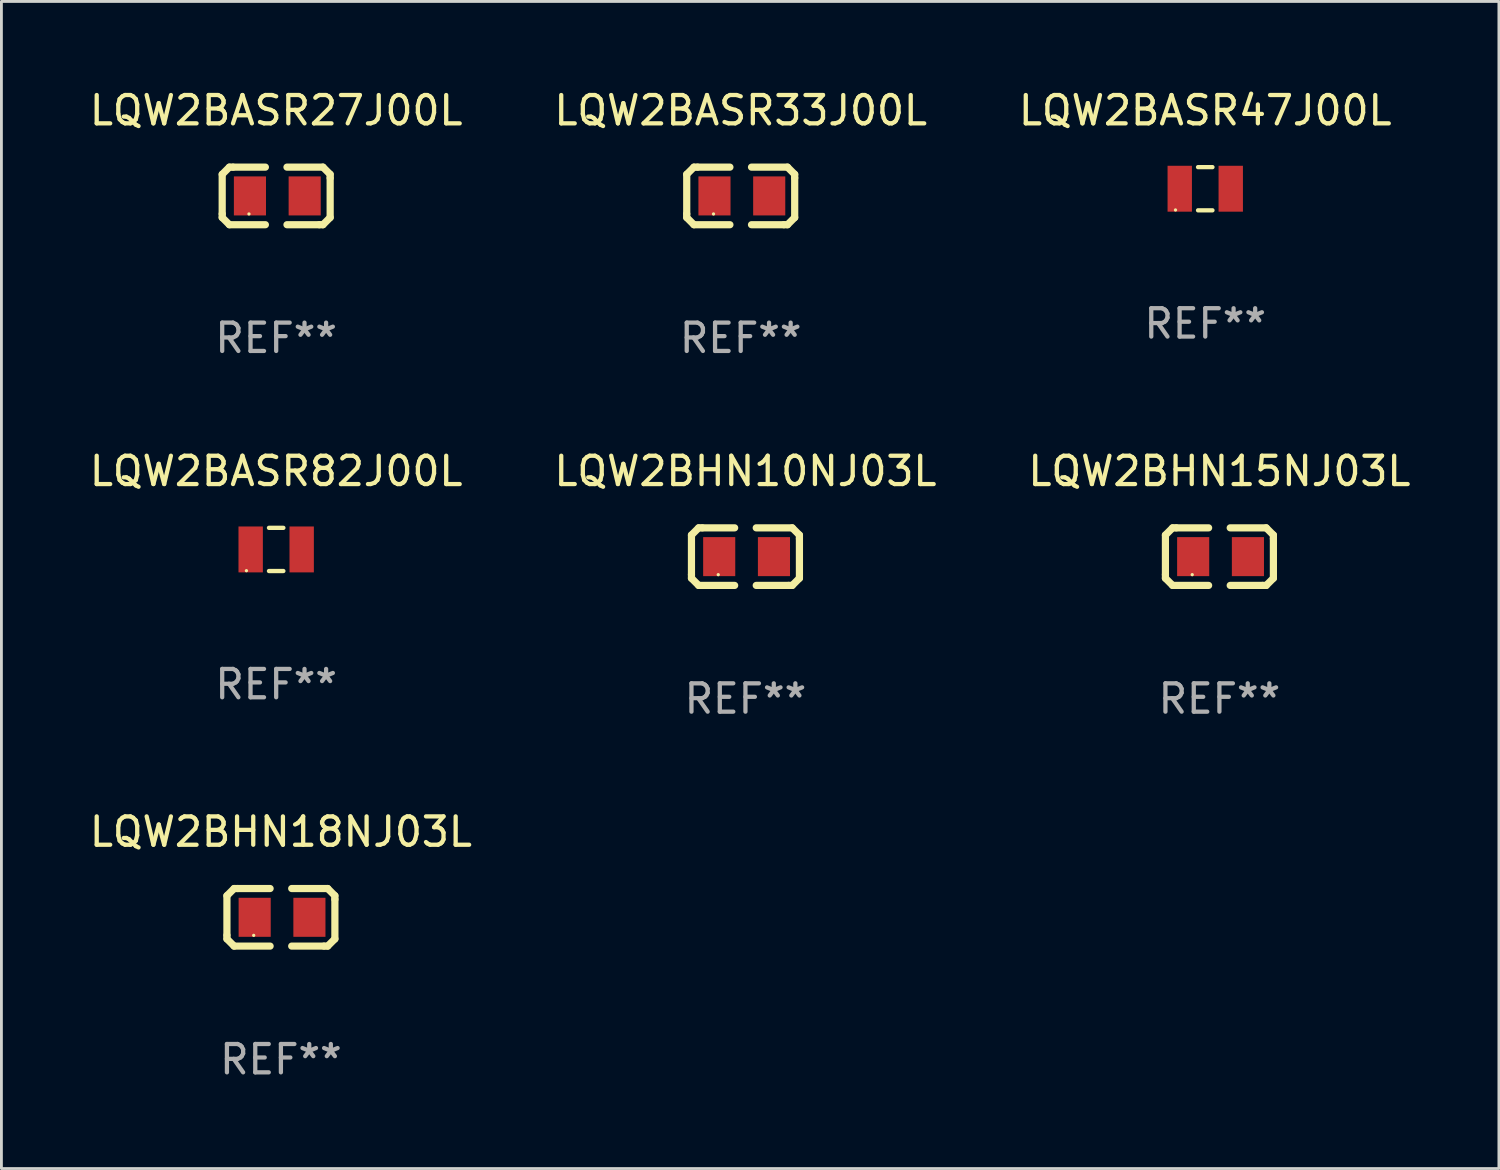
<source format=kicad_pcb>
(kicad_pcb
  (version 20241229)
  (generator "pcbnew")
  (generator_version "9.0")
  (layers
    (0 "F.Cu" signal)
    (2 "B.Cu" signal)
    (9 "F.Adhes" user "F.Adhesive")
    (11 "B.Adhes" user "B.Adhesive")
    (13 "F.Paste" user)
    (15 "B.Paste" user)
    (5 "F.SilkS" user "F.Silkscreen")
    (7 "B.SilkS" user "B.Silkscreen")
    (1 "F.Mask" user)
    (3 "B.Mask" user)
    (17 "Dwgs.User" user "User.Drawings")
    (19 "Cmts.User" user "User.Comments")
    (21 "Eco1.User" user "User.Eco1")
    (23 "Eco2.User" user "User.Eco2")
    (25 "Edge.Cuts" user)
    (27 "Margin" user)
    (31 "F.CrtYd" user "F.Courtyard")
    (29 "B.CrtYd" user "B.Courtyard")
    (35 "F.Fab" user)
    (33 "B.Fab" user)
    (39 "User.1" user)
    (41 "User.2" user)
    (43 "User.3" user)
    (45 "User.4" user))
  (footprint "LQW2BHN18NJ03L"
    (layer "F.Cu")
    (at 6.863 29.321)
    (property "Reference" "LQW2BHN18NJ03L" (at 0 -3.016 0) (layer "F.SilkS") (effects (font (size 1 1) (thickness 0.15))))
    (attr through_hole)
    (fp_line (start -1.905 -0.762) (end -1.905 0.635) (stroke (width 0.254) (type solid)) (layer "F.SilkS"))
    (fp_line (start -1.905 0.635) (end -1.905 0.762) (stroke (width 0.254) (type solid)) (layer "F.SilkS"))
    (fp_line (start -1.905 0.762) (end -1.651 1.016) (stroke (width 0.254) (type solid)) (layer "F.SilkS"))
    (fp_line (start -1.651 -1.016) (end -1.905 -0.762) (stroke (width 0.254) (type solid)) (layer "F.SilkS"))
    (fp_line (start -1.651 1.016) (end -0.381 1.016) (stroke (width 0.254) (type solid)) (layer "F.SilkS"))
    (fp_line (start -1.524 -1.016) (end -1.651 -1.016) (stroke (width 0.254) (type solid)) (layer "F.SilkS"))
    (fp_line (start -0.381 -1.016) (end -1.524 -1.016) (stroke (width 0.254) (type solid)) (layer "F.SilkS"))
    (fp_line (start 0.381 1.016) (end 1.524 1.016) (stroke (width 0.254) (type solid)) (layer "F.SilkS"))
    (fp_line (start 1.524 1.016) (end 1.651 1.016) (stroke (width 0.254) (type solid)) (layer "F.SilkS"))
    (fp_line (start 1.651 -1.016) (end 0.381 -1.016) (stroke (width 0.254) (type solid)) (layer "F.SilkS"))
    (fp_line (start 1.651 1.016) (end 1.905 0.762) (stroke (width 0.254) (type solid)) (layer "F.SilkS"))
    (fp_line (start 1.905 -0.762) (end 1.651 -1.016) (stroke (width 0.254) (type solid)) (layer "F.SilkS"))
    (fp_line (start 1.905 -0.635) (end 1.905 -0.762) (stroke (width 0.254) (type solid)) (layer "F.SilkS"))
    (fp_line (start 1.905 0.762) (end 1.905 -0.635) (stroke (width 0.254) (type solid)) (layer "F.SilkS"))
    (fp_circle (center -0.96 0.637) (end -0.93 0.637) (stroke (width 0.06) (type solid)) (fill no) (layer "F.SilkS"))
    (fp_text user "REF**" (at 0 5.016 0) (layer "F.Fab") (effects (font (size 1 1) (thickness 0.15))))
    (pad "1" smd rect (at -0.926 -0.000051) (size 1.133 1.377) (layers "F.Cu" "F.Mask" "F.Paste"))
    (pad "2" smd rect (at 1.006 -0.000051) (size 1.133 1.377) (layers "F.Cu" "F.Mask" "F.Paste")))
  (footprint "LQW2BHN15NJ03L"
    (layer "F.Cu")
    (at 39.982 16.593)
    (property "Reference" "LQW2BHN15NJ03L" (at 0 -3.016 0) (layer "F.SilkS") (effects (font (size 1 1) (thickness 0.15))))
    (attr through_hole)
    (fp_line (start -1.905 -0.762) (end -1.905 0.635) (stroke (width 0.254) (type solid)) (layer "F.SilkS"))
    (fp_line (start -1.905 0.635) (end -1.905 0.762) (stroke (width 0.254) (type solid)) (layer "F.SilkS"))
    (fp_line (start -1.905 0.762) (end -1.651 1.016) (stroke (width 0.254) (type solid)) (layer "F.SilkS"))
    (fp_line (start -1.651 -1.016) (end -1.905 -0.762) (stroke (width 0.254) (type solid)) (layer "F.SilkS"))
    (fp_line (start -1.651 1.016) (end -0.381 1.016) (stroke (width 0.254) (type solid)) (layer "F.SilkS"))
    (fp_line (start -1.524 -1.016) (end -1.651 -1.016) (stroke (width 0.254) (type solid)) (layer "F.SilkS"))
    (fp_line (start -0.381 -1.016) (end -1.524 -1.016) (stroke (width 0.254) (type solid)) (layer "F.SilkS"))
    (fp_line (start 0.381 1.016) (end 1.524 1.016) (stroke (width 0.254) (type solid)) (layer "F.SilkS"))
    (fp_line (start 1.524 1.016) (end 1.651 1.016) (stroke (width 0.254) (type solid)) (layer "F.SilkS"))
    (fp_line (start 1.651 -1.016) (end 0.381 -1.016) (stroke (width 0.254) (type solid)) (layer "F.SilkS"))
    (fp_line (start 1.651 1.016) (end 1.905 0.762) (stroke (width 0.254) (type solid)) (layer "F.SilkS"))
    (fp_line (start 1.905 -0.762) (end 1.651 -1.016) (stroke (width 0.254) (type solid)) (layer "F.SilkS"))
    (fp_line (start 1.905 -0.635) (end 1.905 -0.762) (stroke (width 0.254) (type solid)) (layer "F.SilkS"))
    (fp_line (start 1.905 0.762) (end 1.905 -0.635) (stroke (width 0.254) (type solid)) (layer "F.SilkS"))
    (fp_circle (center -0.96 0.637) (end -0.93 0.637) (stroke (width 0.06) (type solid)) (fill no) (layer "F.SilkS"))
    (fp_text user "REF**" (at 0 5.016 0) (layer "F.Fab") (effects (font (size 1 1) (thickness 0.15))))
    (pad "1" smd rect (at -0.926 -0.000051) (size 1.133 1.377) (layers "F.Cu" "F.Mask" "F.Paste"))
    (pad "2" smd rect (at 1.006 -0.000051) (size 1.133 1.377) (layers "F.Cu" "F.Mask" "F.Paste")))
  (footprint "LQW2BASR82J00L"
    (layer "F.Cu")
    (at 6.696 16.339)
    (property "Reference" "LQW2BASR82J00L" (at 0 -2.762 0) (layer "F.SilkS") (effects (font (size 1 1) (thickness 0.15))))
    (attr through_hole)
    (fp_line (start -0.254 -0.762) (end 0.254 -0.762) (stroke (width 0.152) (type solid)) (layer "F.SilkS"))
    (fp_line (start -0.254 0.762) (end 0.254 0.762) (stroke (width 0.152) (type solid)) (layer "F.SilkS"))
    (fp_circle (center -1.05 0.75) (end -1.02 0.75) (stroke (width 0.06) (type solid)) (fill no) (layer "F.SilkS"))
    (fp_text user "REF**" (at 0 4.762 0) (layer "F.Fab") (effects (font (size 1 1) (thickness 0.15))))
    (pad "1" smd rect (at -0.9 0) (size 0.86 1.62) (layers "F.Cu" "F.Mask" "F.Paste"))
    (pad "2" smd rect (at 0.9 0) (size 0.86 1.62) (layers "F.Cu" "F.Mask" "F.Paste")))
  (footprint "LQW2BASR27J00L"
    (layer "F.Cu")
    (at 6.696 3.864)
    (property "Reference" "LQW2BASR27J00L" (at 0 -3.016 0) (layer "F.SilkS") (effects (font (size 1 1) (thickness 0.15))))
    (attr through_hole)
    (fp_line (start -1.905 -0.762) (end -1.905 0.635) (stroke (width 0.254) (type solid)) (layer "F.SilkS"))
    (fp_line (start -1.905 0.635) (end -1.905 0.762) (stroke (width 0.254) (type solid)) (layer "F.SilkS"))
    (fp_line (start -1.905 0.762) (end -1.651 1.016) (stroke (width 0.254) (type solid)) (layer "F.SilkS"))
    (fp_line (start -1.651 -1.016) (end -1.905 -0.762) (stroke (width 0.254) (type solid)) (layer "F.SilkS"))
    (fp_line (start -1.651 1.016) (end -0.381 1.016) (stroke (width 0.254) (type solid)) (layer "F.SilkS"))
    (fp_line (start -1.524 -1.016) (end -1.651 -1.016) (stroke (width 0.254) (type solid)) (layer "F.SilkS"))
    (fp_line (start -0.381 -1.016) (end -1.524 -1.016) (stroke (width 0.254) (type solid)) (layer "F.SilkS"))
    (fp_line (start 0.381 1.016) (end 1.524 1.016) (stroke (width 0.254) (type solid)) (layer "F.SilkS"))
    (fp_line (start 1.524 1.016) (end 1.651 1.016) (stroke (width 0.254) (type solid)) (layer "F.SilkS"))
    (fp_line (start 1.651 -1.016) (end 0.381 -1.016) (stroke (width 0.254) (type solid)) (layer "F.SilkS"))
    (fp_line (start 1.651 1.016) (end 1.905 0.762) (stroke (width 0.254) (type solid)) (layer "F.SilkS"))
    (fp_line (start 1.905 -0.762) (end 1.651 -1.016) (stroke (width 0.254) (type solid)) (layer "F.SilkS"))
    (fp_line (start 1.905 -0.635) (end 1.905 -0.762) (stroke (width 0.254) (type solid)) (layer "F.SilkS"))
    (fp_line (start 1.905 0.762) (end 1.905 -0.635) (stroke (width 0.254) (type solid)) (layer "F.SilkS"))
    (fp_circle (center -0.96 0.637) (end -0.93 0.637) (stroke (width 0.06) (type solid)) (fill no) (layer "F.SilkS"))
    (fp_text user "REF**" (at 0 5.016 0) (layer "F.Fab") (effects (font (size 1 1) (thickness 0.15))))
    (pad "1" smd rect (at -0.926 -0.000051) (size 1.133 1.377) (layers "F.Cu" "F.Mask" "F.Paste"))
    (pad "2" smd rect (at 1.006 -0.000051) (size 1.133 1.377) (layers "F.Cu" "F.Mask" "F.Paste")))
  (footprint "LQW2BASR47J00L"
    (layer "F.Cu")
    (at 39.482 3.61)
    (property "Reference" "LQW2BASR47J00L" (at 0 -2.762 0) (layer "F.SilkS") (effects (font (size 1 1) (thickness 0.15))))
    (attr through_hole)
    (fp_line (start -0.254 -0.762) (end 0.254 -0.762) (stroke (width 0.152) (type solid)) (layer "F.SilkS"))
    (fp_line (start -0.254 0.762) (end 0.254 0.762) (stroke (width 0.152) (type solid)) (layer "F.SilkS"))
    (fp_circle (center -1.05 0.75) (end -1.02 0.75) (stroke (width 0.06) (type solid)) (fill no) (layer "F.SilkS"))
    (fp_text user "REF**" (at 0 4.762 0) (layer "F.Fab") (effects (font (size 1 1) (thickness 0.15))))
    (pad "1" smd rect (at -0.9 0) (size 0.86 1.62) (layers "F.Cu" "F.Mask" "F.Paste"))
    (pad "2" smd rect (at 0.9 0) (size 0.86 1.62) (layers "F.Cu" "F.Mask" "F.Paste")))
  (footprint "LQW2BASR33J00L"
    (layer "F.Cu")
    (at 23.089 3.864)
    (property "Reference" "LQW2BASR33J00L" (at 0 -3.016 0) (layer "F.SilkS") (effects (font (size 1 1) (thickness 0.15))))
    (attr through_hole)
    (fp_line (start -1.905 -0.762) (end -1.905 0.635) (stroke (width 0.254) (type solid)) (layer "F.SilkS"))
    (fp_line (start -1.905 0.635) (end -1.905 0.762) (stroke (width 0.254) (type solid)) (layer "F.SilkS"))
    (fp_line (start -1.905 0.762) (end -1.651 1.016) (stroke (width 0.254) (type solid)) (layer "F.SilkS"))
    (fp_line (start -1.651 -1.016) (end -1.905 -0.762) (stroke (width 0.254) (type solid)) (layer "F.SilkS"))
    (fp_line (start -1.651 1.016) (end -0.381 1.016) (stroke (width 0.254) (type solid)) (layer "F.SilkS"))
    (fp_line (start -1.524 -1.016) (end -1.651 -1.016) (stroke (width 0.254) (type solid)) (layer "F.SilkS"))
    (fp_line (start -0.381 -1.016) (end -1.524 -1.016) (stroke (width 0.254) (type solid)) (layer "F.SilkS"))
    (fp_line (start 0.381 1.016) (end 1.524 1.016) (stroke (width 0.254) (type solid)) (layer "F.SilkS"))
    (fp_line (start 1.524 1.016) (end 1.651 1.016) (stroke (width 0.254) (type solid)) (layer "F.SilkS"))
    (fp_line (start 1.651 -1.016) (end 0.381 -1.016) (stroke (width 0.254) (type solid)) (layer "F.SilkS"))
    (fp_line (start 1.651 1.016) (end 1.905 0.762) (stroke (width 0.254) (type solid)) (layer "F.SilkS"))
    (fp_line (start 1.905 -0.762) (end 1.651 -1.016) (stroke (width 0.254) (type solid)) (layer "F.SilkS"))
    (fp_line (start 1.905 -0.635) (end 1.905 -0.762) (stroke (width 0.254) (type solid)) (layer "F.SilkS"))
    (fp_line (start 1.905 0.762) (end 1.905 -0.635) (stroke (width 0.254) (type solid)) (layer "F.SilkS"))
    (fp_circle (center -0.96 0.637) (end -0.93 0.637) (stroke (width 0.06) (type solid)) (fill no) (layer "F.SilkS"))
    (fp_text user "REF**" (at 0 5.016 0) (layer "F.Fab") (effects (font (size 1 1) (thickness 0.15))))
    (pad "1" smd rect (at -0.926 -0.000051) (size 1.133 1.377) (layers "F.Cu" "F.Mask" "F.Paste"))
    (pad "2" smd rect (at 1.006 -0.000051) (size 1.133 1.377) (layers "F.Cu" "F.Mask" "F.Paste")))
  (footprint "LQW2BHN10NJ03L"
    (layer "F.Cu")
    (at 23.256 16.593)
    (property "Reference" "LQW2BHN10NJ03L" (at 0 -3.016 0) (layer "F.SilkS") (effects (font (size 1 1) (thickness 0.15))))
    (attr through_hole)
    (fp_line (start -1.905 -0.762) (end -1.905 0.635) (stroke (width 0.254) (type solid)) (layer "F.SilkS"))
    (fp_line (start -1.905 0.635) (end -1.905 0.762) (stroke (width 0.254) (type solid)) (layer "F.SilkS"))
    (fp_line (start -1.905 0.762) (end -1.651 1.016) (stroke (width 0.254) (type solid)) (layer "F.SilkS"))
    (fp_line (start -1.651 -1.016) (end -1.905 -0.762) (stroke (width 0.254) (type solid)) (layer "F.SilkS"))
    (fp_line (start -1.651 1.016) (end -0.381 1.016) (stroke (width 0.254) (type solid)) (layer "F.SilkS"))
    (fp_line (start -1.524 -1.016) (end -1.651 -1.016) (stroke (width 0.254) (type solid)) (layer "F.SilkS"))
    (fp_line (start -0.381 -1.016) (end -1.524 -1.016) (stroke (width 0.254) (type solid)) (layer "F.SilkS"))
    (fp_line (start 0.381 1.016) (end 1.524 1.016) (stroke (width 0.254) (type solid)) (layer "F.SilkS"))
    (fp_line (start 1.524 1.016) (end 1.651 1.016) (stroke (width 0.254) (type solid)) (layer "F.SilkS"))
    (fp_line (start 1.651 -1.016) (end 0.381 -1.016) (stroke (width 0.254) (type solid)) (layer "F.SilkS"))
    (fp_line (start 1.651 1.016) (end 1.905 0.762) (stroke (width 0.254) (type solid)) (layer "F.SilkS"))
    (fp_line (start 1.905 -0.762) (end 1.651 -1.016) (stroke (width 0.254) (type solid)) (layer "F.SilkS"))
    (fp_line (start 1.905 -0.635) (end 1.905 -0.762) (stroke (width 0.254) (type solid)) (layer "F.SilkS"))
    (fp_line (start 1.905 0.762) (end 1.905 -0.635) (stroke (width 0.254) (type solid)) (layer "F.SilkS"))
    (fp_circle (center -0.96 0.637) (end -0.93 0.637) (stroke (width 0.06) (type solid)) (fill no) (layer "F.SilkS"))
    (fp_text user "REF**" (at 0 5.016 0) (layer "F.Fab") (effects (font (size 1 1) (thickness 0.15))))
    (pad "1" smd rect (at -0.926 -0.000051) (size 1.133 1.377) (layers "F.Cu" "F.Mask" "F.Paste"))
    (pad "2" smd rect (at 1.006 -0.000051) (size 1.133 1.377) (layers "F.Cu" "F.Mask" "F.Paste")))
  (gr_rect
    (start -3 -3)
    (end 49.845 38.186)
    (stroke (width 0.1) (type default))
    (fill no)
    (layer "Edge.Cuts")))
</source>
